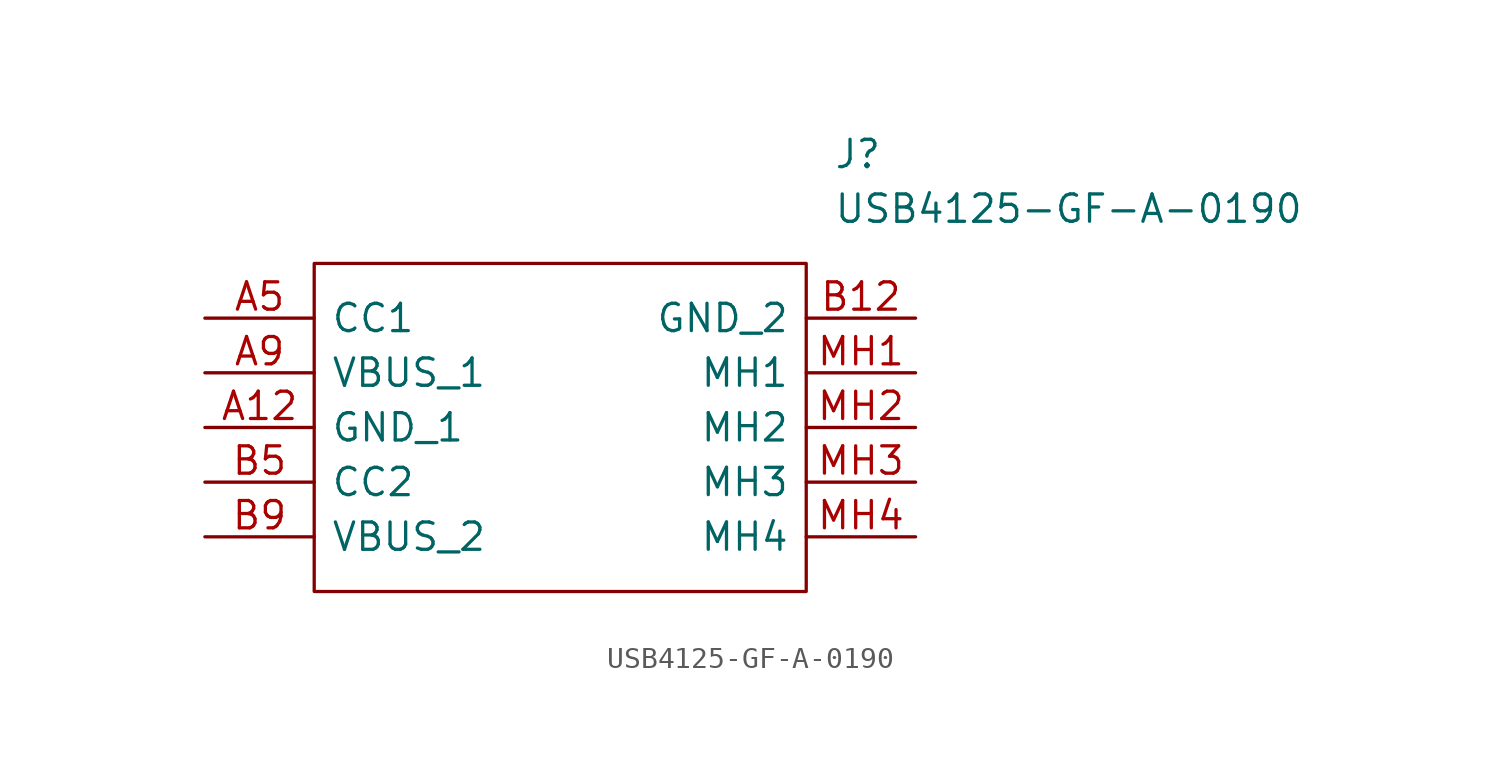
<source format=kicad_sym>
(kicad_symbol_lib
  (version 20211014)
  (generator kicad_symbol_editor)
  (symbol "USB4125-GF-A-0190"
    (pin_names
      (offset 0.762))
    (property "Reference" "J"
      (at 29.21 7.62 0)
      (effects (font (size 1.27 1.27)) (justify left)))
    (property "Value" "USB4125-GF-A-0190"
      (at 29.21 5.08 0)
      (effects (font (size 1.27 1.27)) (justify left)))
    (symbol "USB4125-GF-A-0190_0_0"
      (pin passive line (at 0 -5.08 0) (length 5.08) (name "GND_1" (effects (font (size 1.27 1.27)))) (number "A12" (effects (font (size 1.27 1.27)))))
      (pin passive line (at 0 0 0) (length 5.08) (name "CC1" (effects (font (size 1.27 1.27)))) (number "A5" (effects (font (size 1.27 1.27)))))
      (pin passive line (at 0 -2.54 0) (length 5.08) (name "VBUS_1" (effects (font (size 1.27 1.27)))) (number "A9" (effects (font (size 1.27 1.27)))))
      (pin passive line (at 33.02 0 180) (length 5.08) (name "GND_2" (effects (font (size 1.27 1.27)))) (number "B12" (effects (font (size 1.27 1.27)))))
      (pin passive line (at 0 -7.62 0) (length 5.08) (name "CC2" (effects (font (size 1.27 1.27)))) (number "B5" (effects (font (size 1.27 1.27)))))
      (pin passive line (at 0 -10.16 0) (length 5.08) (name "VBUS_2" (effects (font (size 1.27 1.27)))) (number "B9" (effects (font (size 1.27 1.27)))))
      (pin passive line (at 33.02 -2.54 180) (length 5.08) (name "MH1" (effects (font (size 1.27 1.27)))) (number "MH1" (effects (font (size 1.27 1.27)))))
      (pin passive line (at 33.02 -5.08 180) (length 5.08) (name "MH2" (effects (font (size 1.27 1.27)))) (number "MH2" (effects (font (size 1.27 1.27)))))
      (pin passive line (at 33.02 -7.62 180) (length 5.08) (name "MH3" (effects (font (size 1.27 1.27)))) (number "MH3" (effects (font (size 1.27 1.27)))))
      (pin passive line (at 33.02 -10.16 180) (length 5.08) (name "MH4" (effects (font (size 1.27 1.27)))) (number "MH4" (effects (font (size 1.27 1.27))))))
    (symbol "USB4125-GF-A-0190_0_1"
      (polyline (pts (xy 5.08 2.54) (xy 27.94 2.54) (xy 27.94 -12.7) (xy 5.08 -12.7) (xy 5.08 2.54)) (stroke (width 0.152) (type default) (color 0 0 0 0)) (fill (type none))))))
</source>
